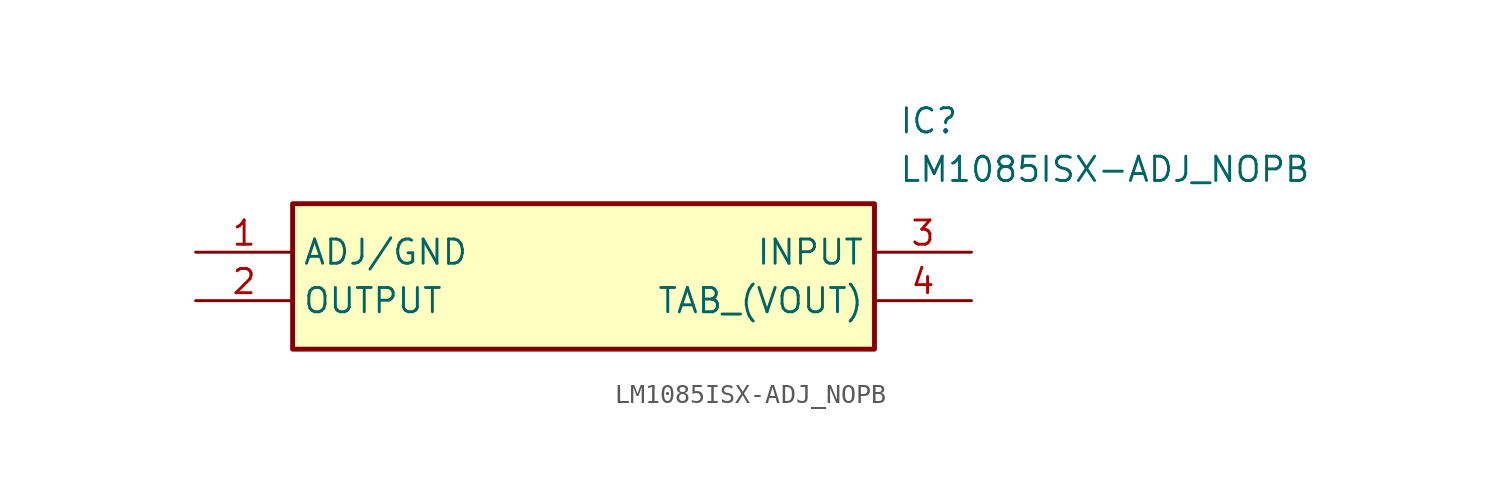
<source format=kicad_sym>
(kicad_symbol_lib
  (version 20211014)
  (generator SamacSys_ECAD_Model)
  (symbol "LM1085ISX-ADJ_NOPB"
    (property "Reference" "IC"
      (at 36.83 7.62 0)
      (effects (font (size 1.27 1.27)) (justify left top)))
    (property "Value" "LM1085ISX-ADJ_NOPB"
      (at 36.83 5.08 0)
      (effects (font (size 1.27 1.27)) (justify left top)))
    (rectangle
      (start 5.08 2.54)
      (end 35.56 -5.08)
      (stroke (width 0.254) (type default))
      (fill (type background)))
    (pin passive line
      (at 0 0 0)
      (length 5.08)
      (name "ADJ/GND" (effects (font (size 1.27 1.27))))
      (number "1" (effects (font (size 1.27 1.27)))))
    (pin passive line
      (at 0 -2.54 0)
      (length 5.08)
      (name "OUTPUT" (effects (font (size 1.27 1.27))))
      (number "2" (effects (font (size 1.27 1.27)))))
    (pin passive line
      (at 40.64 0 180)
      (length 5.08)
      (name "INPUT" (effects (font (size 1.27 1.27))))
      (number "3" (effects (font (size 1.27 1.27)))))
    (pin passive line
      (at 40.64 -2.54 180)
      (length 5.08)
      (name "TAB_(VOUT)" (effects (font (size 1.27 1.27))))
      (number "4" (effects (font (size 1.27 1.27)))))))
</source>
